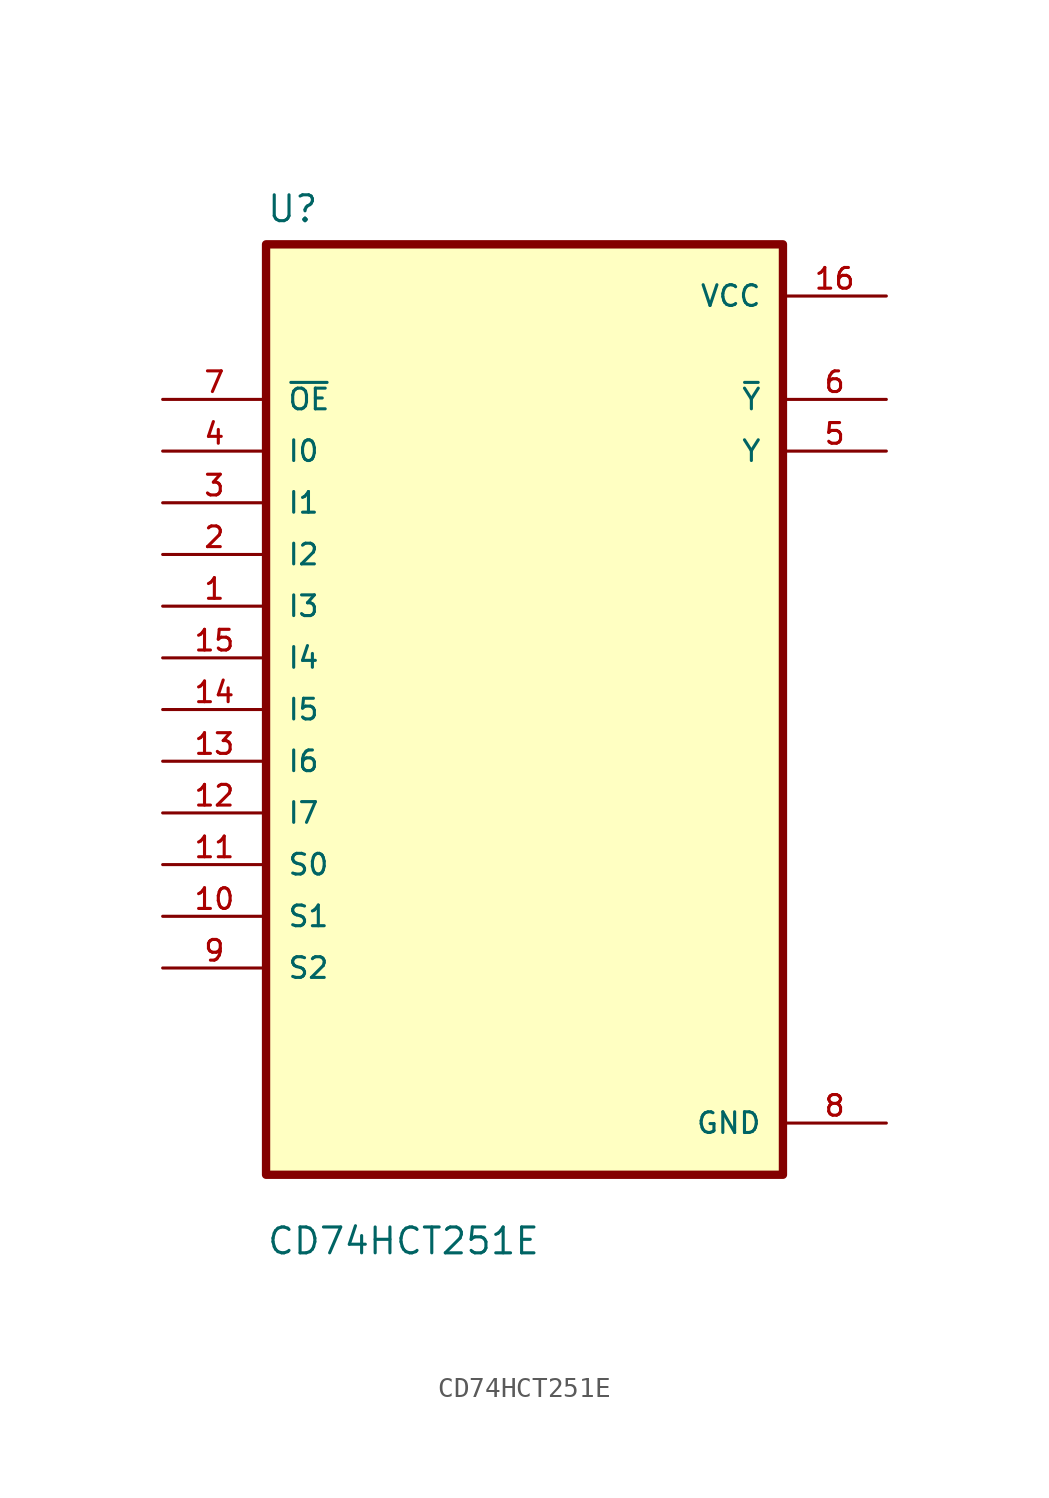
<source format=kicad_sym>
(kicad_symbol_lib
  (version 20211014)
  (generator kicad_symbol_editor)
  (symbol "CD74HCT251E"
    (pin_names
      (offset 1.016))
    (property "Reference" "U"
      (at -12.7 23.86 0.0)
      (effects (font (size 1.27 1.27)) (justify bottom left)))
    (property "Value" "CD74HCT251E"
      (at -12.7 -26.86 0.0)
      (effects (font (size 1.27 1.27)) (justify bottom left)))
    (symbol "CD74HCT251E_0_0"
      (rectangle (start -12.7 -22.86) (end 12.7 22.86) (stroke (width 0.41)) (fill (type background)))
      (pin input line (at -17.78 15.24 0) (length 5.08) (name "~{OE}" (effects (font (size 1.016 1.016)))) (number "7" (effects (font (size 1.016 1.016)))))
      (pin input line (at -17.78 12.7 0) (length 5.08) (name "I0" (effects (font (size 1.016 1.016)))) (number "4" (effects (font (size 1.016 1.016)))))
      (pin input line (at -17.78 10.16 0) (length 5.08) (name "I1" (effects (font (size 1.016 1.016)))) (number "3" (effects (font (size 1.016 1.016)))))
      (pin input line (at -17.78 7.62 0) (length 5.08) (name "I2" (effects (font (size 1.016 1.016)))) (number "2" (effects (font (size 1.016 1.016)))))
      (pin input line (at -17.78 5.08 0) (length 5.08) (name "I3" (effects (font (size 1.016 1.016)))) (number "1" (effects (font (size 1.016 1.016)))))
      (pin input line (at -17.78 2.54 0) (length 5.08) (name "I4" (effects (font (size 1.016 1.016)))) (number "15" (effects (font (size 1.016 1.016)))))
      (pin input line (at -17.78 3.55271e-15 0) (length 5.08) (name "I5" (effects (font (size 1.016 1.016)))) (number "14" (effects (font (size 1.016 1.016)))))
      (pin input line (at -17.78 -2.54 0) (length 5.08) (name "I6" (effects (font (size 1.016 1.016)))) (number "13" (effects (font (size 1.016 1.016)))))
      (pin input line (at -17.78 -5.08 0) (length 5.08) (name "I7" (effects (font (size 1.016 1.016)))) (number "12" (effects (font (size 1.016 1.016)))))
      (pin input line (at -17.78 -7.62 0) (length 5.08) (name "S0" (effects (font (size 1.016 1.016)))) (number "11" (effects (font (size 1.016 1.016)))))
      (pin input line (at -17.78 -10.16 0) (length 5.08) (name "S1" (effects (font (size 1.016 1.016)))) (number "10" (effects (font (size 1.016 1.016)))))
      (pin input line (at -17.78 -12.7 0) (length 5.08) (name "S2" (effects (font (size 1.016 1.016)))) (number "9" (effects (font (size 1.016 1.016)))))
      (pin power_in line (at 17.78 20.32 180.0) (length 5.08) (name "VCC" (effects (font (size 1.016 1.016)))) (number "16" (effects (font (size 1.016 1.016)))))
      (pin output line (at 17.78 15.24 180.0) (length 5.08) (name "~{Y}" (effects (font (size 1.016 1.016)))) (number "6" (effects (font (size 1.016 1.016)))))
      (pin output line (at 17.78 12.7 180.0) (length 5.08) (name "Y" (effects (font (size 1.016 1.016)))) (number "5" (effects (font (size 1.016 1.016)))))
      (pin power_in line (at 17.78 -20.32 180.0) (length 5.08) (name "GND" (effects (font (size 1.016 1.016)))) (number "8" (effects (font (size 1.016 1.016))))))))
</source>
